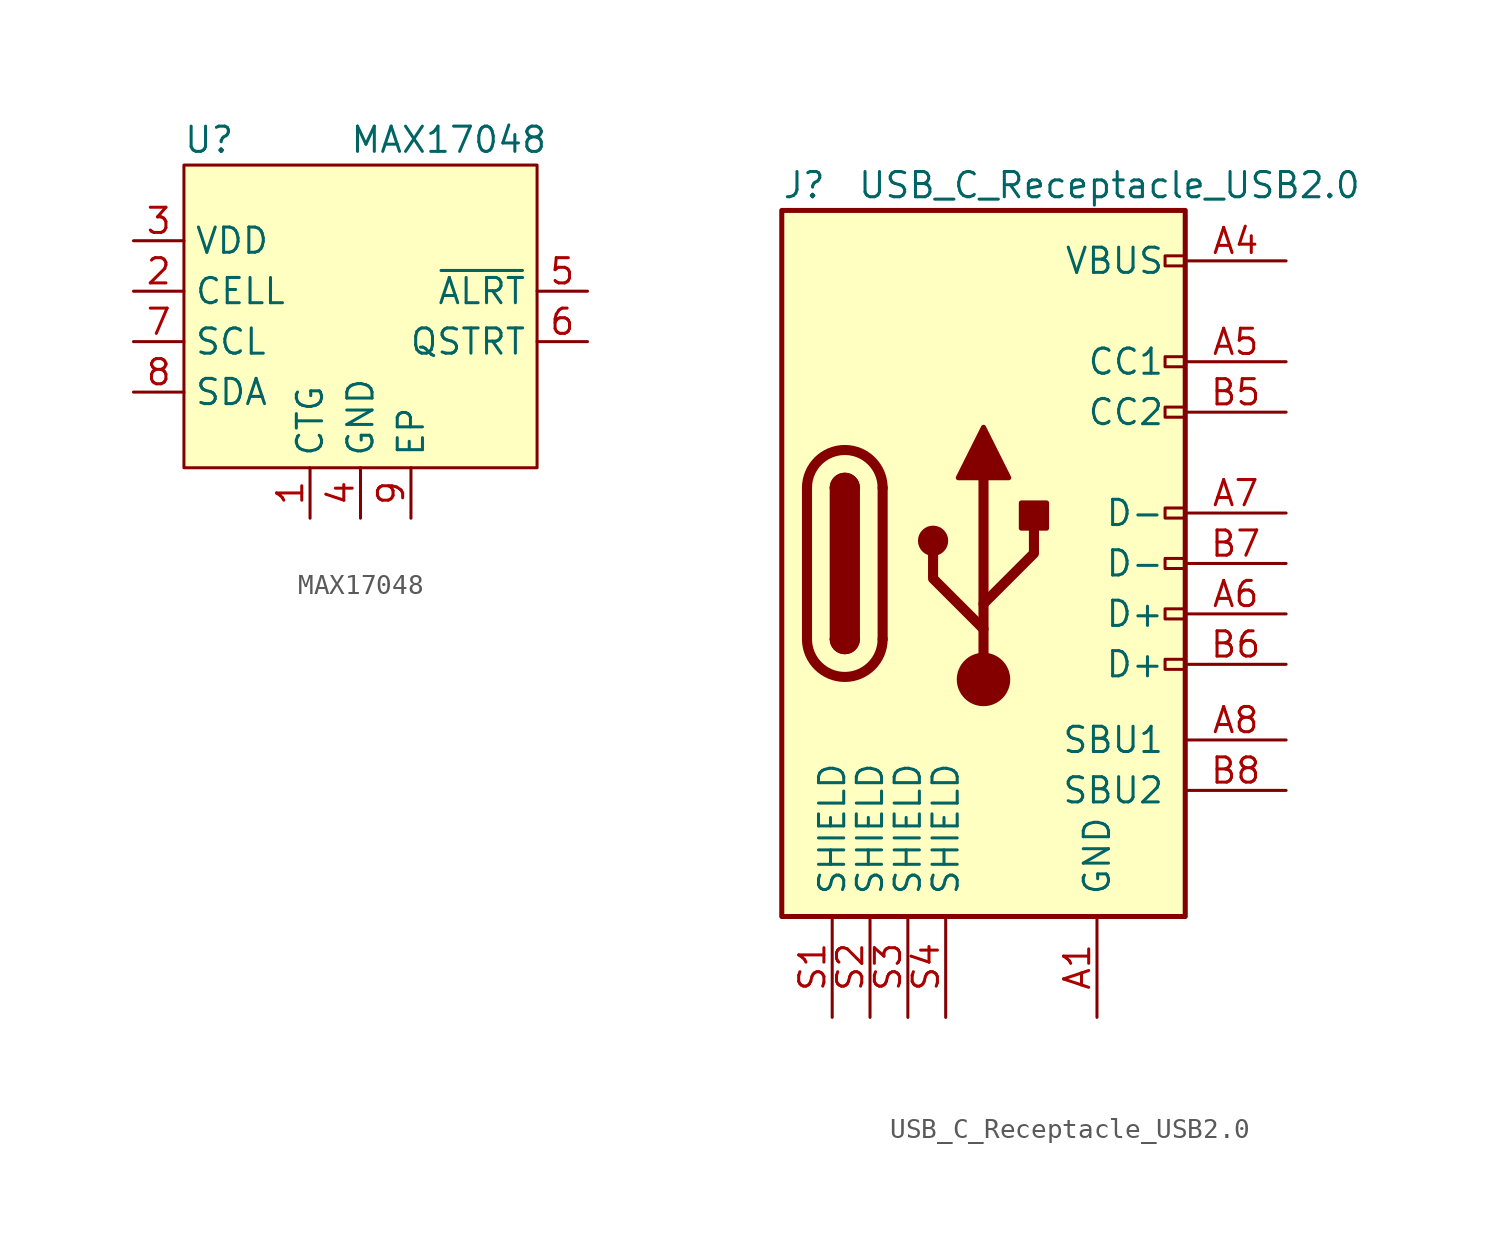
<source format=kicad_sym>
(kicad_symbol_lib
  (version 20220914)
  (generator kicad_symbol_editor)
  (symbol "MAX17048"
    (property "Reference" "U"
      (at -7.62 8.89 0)
      (effects (font (size 1.27 1.27))))
    (property "Value" "MAX17048"
      (at 4.445 8.89 0)
      (effects (font (size 1.27 1.27))))
    (symbol "MAX17048_0_0"
      (pin power_in line (at -2.54 -10.16 90) (length 2.54) (name "CTG" (effects (font (size 1.27 1.27)))) (number "1" (effects (font (size 1.27 1.27)))))
      (pin power_in line (at -11.43 1.27 0) (length 2.54) (name "CELL" (effects (font (size 1.27 1.27)))) (number "2" (effects (font (size 1.27 1.27)))))
      (pin power_in line (at -11.43 3.81 0) (length 2.54) (name "VDD" (effects (font (size 1.27 1.27)))) (number "3" (effects (font (size 1.27 1.27)))))
      (pin power_in line (at 0 -10.16 90) (length 2.54) (name "GND" (effects (font (size 1.27 1.27)))) (number "4" (effects (font (size 1.27 1.27)))))
      (pin open_collector line (at 11.43 1.27 180) (length 2.54) (name "~{ALRT}" (effects (font (size 1.27 1.27)))) (number "5" (effects (font (size 1.27 1.27)))))
      (pin input line (at 11.43 -1.27 180) (length 2.54) (name "QSTRT" (effects (font (size 1.27 1.27)))) (number "6" (effects (font (size 1.27 1.27)))))
      (pin tri_state line (at -11.43 -1.27 0) (length 2.54) (name "SCL" (effects (font (size 1.27 1.27)))) (number "7" (effects (font (size 1.27 1.27)))))
      (pin tri_state line (at -11.43 -3.81 0) (length 2.54) (name "SDA" (effects (font (size 1.27 1.27)))) (number "8" (effects (font (size 1.27 1.27)))))
      (pin power_in line (at 2.54 -10.16 90) (length 2.54) (name "EP" (effects (font (size 1.27 1.27)))) (number "9" (effects (font (size 1.27 1.27))))))
    (symbol "MAX17048_0_1"
      (rectangle (start -8.89 -7.62) (end 8.89 7.62) (stroke (width 0.152) (type default)) (fill (type background)))))
  (symbol "USB_C_Receptacle_USB2.0"
    (pin_names
      (offset 1.016))
    (property "Reference" "J"
      (at -10.16 19.05 0)
      (effects (font (size 1.27 1.27)) (justify left)))
    (property "Value" "USB_C_Receptacle_USB2.0"
      (at 19.05 19.05 0)
      (effects (font (size 1.27 1.27)) (justify right)))
    (symbol "USB_C_Receptacle_USB2.0_0_0"
      (rectangle (start 10.16 -4.826) (end 9.144 -5.334) (stroke (width 0) (type default)) (fill (type none)))
      (rectangle (start 10.16 -2.286) (end 9.144 -2.794) (stroke (width 0) (type default)) (fill (type none)))
      (rectangle (start 10.16 0.254) (end 9.144 -0.254) (stroke (width 0) (type default)) (fill (type none)))
      (rectangle (start 10.16 2.794) (end 9.144 2.286) (stroke (width 0) (type default)) (fill (type none)))
      (rectangle (start 10.16 7.874) (end 9.144 7.366) (stroke (width 0) (type default)) (fill (type none)))
      (rectangle (start 10.16 10.414) (end 9.144 9.906) (stroke (width 0) (type default)) (fill (type none)))
      (rectangle (start 10.16 15.494) (end 9.144 14.986) (stroke (width 0) (type default)) (fill (type none))))
    (symbol "USB_C_Receptacle_USB2.0_0_1"
      (rectangle (start -10.16 17.78) (end 10.16 -17.78) (stroke (width 0.254) (type default)) (fill (type background)))
      (arc (start -8.89 -3.81) (mid -6.985 -5.7067) (end -5.08 -3.81) (stroke (width 0.508) (type default)) (fill (type none)))
      (arc (start -7.62 -3.81) (mid -6.985 -4.4423) (end -6.35 -3.81) (stroke (width 0.254) (type default)) (fill (type none)))
      (arc (start -7.62 -3.81) (mid -6.985 -4.4423) (end -6.35 -3.81) (stroke (width 0.254) (type default)) (fill (type outline)))
      (rectangle (start -7.62 -3.81) (end -6.35 3.81) (stroke (width 0.254) (type default)) (fill (type outline)))
      (arc (start -6.35 3.81) (mid -6.985 4.4423) (end -7.62 3.81) (stroke (width 0.254) (type default)) (fill (type none)))
      (arc (start -6.35 3.81) (mid -6.985 4.4423) (end -7.62 3.81) (stroke (width 0.254) (type default)) (fill (type outline)))
      (arc (start -5.08 3.81) (mid -6.985 5.7067) (end -8.89 3.81) (stroke (width 0.508) (type default)) (fill (type none)))
      (circle (center -2.54 1.143) (radius 0.635) (stroke (width 0.254) (type default)) (fill (type outline)))
      (circle (center 0 -5.842) (radius 1.27) (stroke (width 0) (type default)) (fill (type outline)))
      (polyline (pts (xy -8.89 -3.81) (xy -8.89 3.81)) (stroke (width 0.508) (type default)) (fill (type none)))
      (polyline (pts (xy -5.08 3.81) (xy -5.08 -3.81)) (stroke (width 0.508) (type default)) (fill (type none)))
      (polyline (pts (xy 0 -5.842) (xy 0 4.318)) (stroke (width 0.508) (type default)) (fill (type none)))
      (polyline (pts (xy 0 -3.302) (xy -2.54 -0.762) (xy -2.54 0.508)) (stroke (width 0.508) (type default)) (fill (type none)))
      (polyline (pts (xy 0 -2.032) (xy 2.54 0.508) (xy 2.54 1.778)) (stroke (width 0.508) (type default)) (fill (type none)))
      (polyline (pts (xy -1.27 4.318) (xy 0 6.858) (xy 1.27 4.318) (xy -1.27 4.318)) (stroke (width 0.254) (type default)) (fill (type outline)))
      (rectangle (start 1.905 1.778) (end 3.175 3.048) (stroke (width 0.254) (type default)) (fill (type outline))))
    (symbol "USB_C_Receptacle_USB2.0_1_1"
      (pin power_in line (at 5.715 -22.86 90) (length 5.08) (name "GND" (effects (font (size 1.27 1.27)))) (number "A1" (effects (font (size 1.27 1.27)))))
      (pin power_in line (at 15.24 15.24 180) (length 5.08) (name "VBUS" (effects (font (size 1.27 1.27)))) (number "A4" (effects (font (size 1.27 1.27)))))
      (pin bidirectional line (at 15.24 10.16 180) (length 5.08) (name "CC1" (effects (font (size 1.27 1.27)))) (number "A5" (effects (font (size 1.27 1.27)))))
      (pin bidirectional line (at 15.24 -2.54 180) (length 5.08) (name "D+" (effects (font (size 1.27 1.27)))) (number "A6" (effects (font (size 1.27 1.27)))))
      (pin bidirectional line (at 15.24 2.54 180) (length 5.08) (name "D-" (effects (font (size 1.27 1.27)))) (number "A7" (effects (font (size 1.27 1.27)))))
      (pin bidirectional line (at 15.24 -8.89 180) (length 5.08) (name "SBU1" (effects (font (size 1.27 1.27)))) (number "A8" (effects (font (size 1.27 1.27)))))
      (pin bidirectional line (at 15.24 7.62 180) (length 5.08) (name "CC2" (effects (font (size 1.27 1.27)))) (number "B5" (effects (font (size 1.27 1.27)))))
      (pin bidirectional line (at 15.24 -5.08 180) (length 5.08) (name "D+" (effects (font (size 1.27 1.27)))) (number "B6" (effects (font (size 1.27 1.27)))))
      (pin bidirectional line (at 15.24 0 180) (length 5.08) (name "D-" (effects (font (size 1.27 1.27)))) (number "B7" (effects (font (size 1.27 1.27)))))
      (pin bidirectional line (at 15.24 -11.43 180) (length 5.08) (name "SBU2" (effects (font (size 1.27 1.27)))) (number "B8" (effects (font (size 1.27 1.27)))))
      (pin passive line (at -7.62 -22.86 90) (length 5.08) (name "SHIELD" (effects (font (size 1.27 1.27)))) (number "S1" (effects (font (size 1.27 1.27)))))
      (pin passive line (at -5.715 -22.86 90) (length 5.08) (name "SHIELD" (effects (font (size 1.27 1.27)))) (number "S2" (effects (font (size 1.27 1.27)))))
      (pin passive line (at -3.81 -22.86 90) (length 5.08) (name "SHIELD" (effects (font (size 1.27 1.27)))) (number "S3" (effects (font (size 1.27 1.27)))))
      (pin passive line (at -1.905 -22.86 90) (length 5.08) (name "SHIELD" (effects (font (size 1.27 1.27)))) (number "S4" (effects (font (size 1.27 1.27))))))))
</source>
